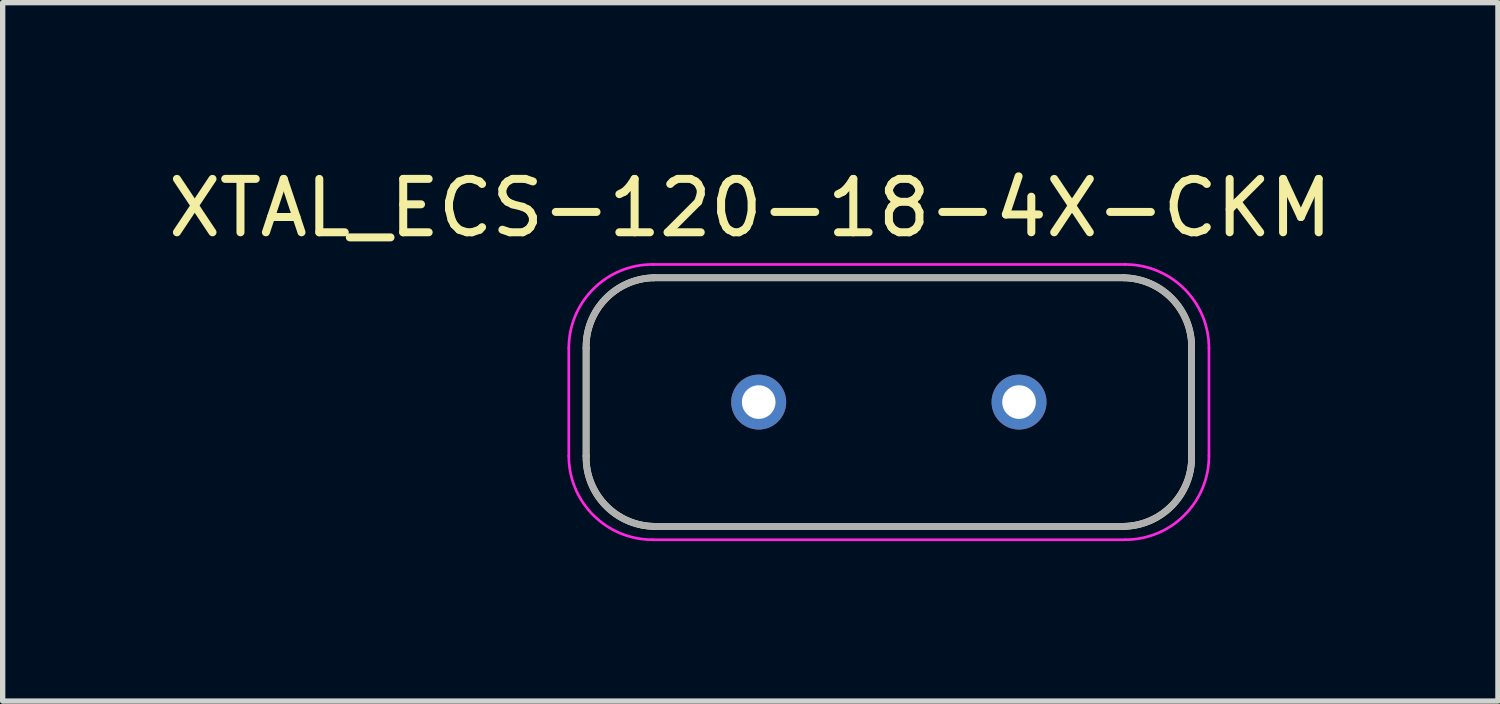
<source format=kicad_pcb>
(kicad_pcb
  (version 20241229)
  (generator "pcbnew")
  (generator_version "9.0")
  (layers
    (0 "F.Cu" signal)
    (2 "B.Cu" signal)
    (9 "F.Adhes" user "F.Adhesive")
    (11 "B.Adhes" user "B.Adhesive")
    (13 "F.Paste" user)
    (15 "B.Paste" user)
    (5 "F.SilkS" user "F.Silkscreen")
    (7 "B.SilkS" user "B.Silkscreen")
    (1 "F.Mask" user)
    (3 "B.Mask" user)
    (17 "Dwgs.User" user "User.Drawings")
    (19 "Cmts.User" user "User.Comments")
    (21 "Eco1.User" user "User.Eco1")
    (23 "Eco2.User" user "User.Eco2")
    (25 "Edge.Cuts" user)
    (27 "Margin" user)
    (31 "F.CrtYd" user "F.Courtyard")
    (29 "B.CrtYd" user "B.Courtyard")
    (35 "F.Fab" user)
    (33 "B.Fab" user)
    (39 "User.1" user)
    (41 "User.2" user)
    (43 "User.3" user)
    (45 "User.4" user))
  (footprint "XTAL_ECS-120-18-4X-CKM"
    (layer "F.Cu")
    (at 13.612 4.487)
    (property "Reference" "XTAL_ECS-120-18-4X-CKM" (at -2.597 -3.638 0) (layer "F.SilkS") (effects (font (size 1.001 1.001) (thickness 0.15))))
    (attr through_hole)
    (fp_line (start -5.675 1.01) (end -5.675 -1.01) (stroke (width 0.127) (type solid)) (layer "F.SilkS"))
    (fp_line (start -4.405 -2.33) (end 4.405 -2.33) (stroke (width 0.127) (type solid)) (layer "F.SilkS"))
    (fp_line (start 4.405 2.33) (end -4.405 2.33) (stroke (width 0.127) (type solid)) (layer "F.SilkS"))
    (fp_line (start 5.675 -1.01) (end 5.675 1.01) (stroke (width 0.127) (type solid)) (layer "F.SilkS"))
    (fp_arc (start -5.675 -1.01) (mid -5.313381 -1.933026) (end -4.405 -2.33) (stroke (width 0.127) (type solid)) (layer "F.SilkS"))
    (fp_arc (start -4.405 2.33) (mid -5.313381 1.933026) (end -5.675 1.01) (stroke (width 0.127) (type solid)) (layer "F.SilkS"))
    (fp_arc (start 4.405 -2.33) (mid 5.313381 -1.933026) (end 5.675 -1.01) (stroke (width 0.127) (type solid)) (layer "F.SilkS"))
    (fp_arc (start 5.675 1.01) (mid 5.313381 1.933026) (end 4.405 2.33) (stroke (width 0.127) (type solid)) (layer "F.SilkS"))
    (fp_line (start -6 1.01) (end -6 -1.01) (stroke (width 0.05) (type solid)) (layer "F.CrtYd"))
    (fp_line (start -4.43 -2.58) (end 4.43 -2.58) (stroke (width 0.05) (type solid)) (layer "F.CrtYd"))
    (fp_line (start 4.43 2.58) (end -4.43 2.58) (stroke (width 0.05) (type solid)) (layer "F.CrtYd"))
    (fp_line (start 6 -1.01) (end 6 1.01) (stroke (width 0.05) (type solid)) (layer "F.CrtYd"))
    (fp_arc (start -6 -1.01) (mid -5.540158 -2.120158) (end -4.43 -2.58) (stroke (width 0.05) (type solid)) (layer "F.CrtYd"))
    (fp_arc (start -4.43 2.58) (mid -5.540158 2.120158) (end -6 1.01) (stroke (width 0.05) (type solid)) (layer "F.CrtYd"))
    (fp_arc (start 4.43 -2.58) (mid 5.540158 -2.120158) (end 6 -1.01) (stroke (width 0.05) (type solid)) (layer "F.CrtYd"))
    (fp_arc (start 6 1.01) (mid 5.540158 2.120158) (end 4.43 2.58) (stroke (width 0.05) (type solid)) (layer "F.CrtYd"))
    (fp_line (start -5.675 1.01) (end -5.675 -1.01) (stroke (width 0.127) (type solid)) (layer "F.Fab"))
    (fp_line (start -4.405 -2.33) (end 4.405 -2.33) (stroke (width 0.127) (type solid)) (layer "F.Fab"))
    (fp_line (start 4.405 2.33) (end -4.405 2.33) (stroke (width 0.127) (type solid)) (layer "F.Fab"))
    (fp_line (start 5.675 -1.01) (end 5.675 1.01) (stroke (width 0.127) (type solid)) (layer "F.Fab"))
    (fp_arc (start -5.675 -1.01) (mid -5.313381 -1.933026) (end -4.405 -2.33) (stroke (width 0.127) (type solid)) (layer "F.Fab"))
    (fp_arc (start -4.405 2.33) (mid -5.313381 1.933026) (end -5.675 1.01) (stroke (width 0.127) (type solid)) (layer "F.Fab"))
    (fp_arc (start 4.405 -2.33) (mid 5.313381 -1.933026) (end 5.675 -1.01) (stroke (width 0.127) (type solid)) (layer "F.Fab"))
    (fp_arc (start 5.675 1.01) (mid 5.313381 1.933026) (end 4.405 2.33) (stroke (width 0.127) (type solid)) (layer "F.Fab"))
    (pad "1" thru_hole circle (at -2.44 0) (size 1.03 1.03) (drill 0.63) (layers "*.Cu" "*.Mask"))
    (pad "2" thru_hole circle (at 2.44 0) (size 1.03 1.03) (drill 0.63) (layers "*.Cu" "*.Mask")))
  (gr_rect
    (start -3 -3)
    (end 25.029 10.092)
    (stroke (width 0.1) (type default))
    (fill no)
    (layer "Edge.Cuts")))
</source>
